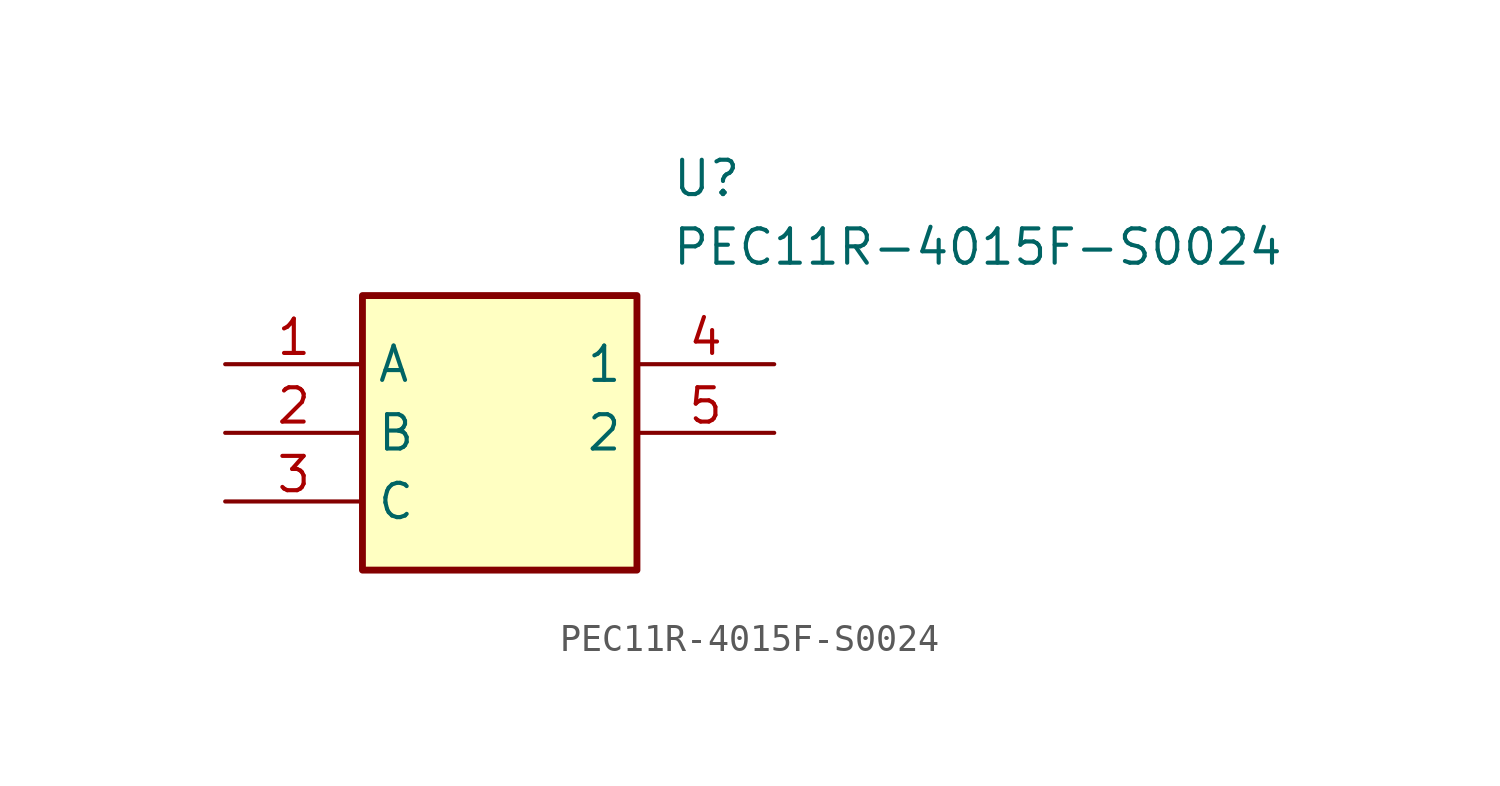
<source format=kicad_sym>
(kicad_symbol_lib
  (version 20211014)
  (generator SamacSys_ECAD_Model)
  (symbol "PEC11R-4015F-S0024"
    (property "Reference" "U"
      (at 16.51 7.62 0)
      (effects (font (size 1.27 1.27)) (justify left top)))
    (property "Value" "PEC11R-4015F-S0024"
      (at 16.51 5.08 0)
      (effects (font (size 1.27 1.27)) (justify left top)))
    (rectangle
      (start 5.08 2.54)
      (end 15.24 -7.62)
      (stroke (width 0.254) (type default))
      (fill (type background)))
    (pin passive line
      (at 0 0 0)
      (length 5.08)
      (name "A" (effects (font (size 1.27 1.27))))
      (number "1" (effects (font (size 1.27 1.27)))))
    (pin passive line
      (at 0 -2.54 0)
      (length 5.08)
      (name "B" (effects (font (size 1.27 1.27))))
      (number "2" (effects (font (size 1.27 1.27)))))
    (pin passive line
      (at 0 -5.08 0)
      (length 5.08)
      (name "C" (effects (font (size 1.27 1.27))))
      (number "3" (effects (font (size 1.27 1.27)))))
    (pin passive line
      (at 20.32 0 180)
      (length 5.08)
      (name "1" (effects (font (size 1.27 1.27))))
      (number "4" (effects (font (size 1.27 1.27)))))
    (pin passive line
      (at 20.32 -2.54 180)
      (length 5.08)
      (name "2" (effects (font (size 1.27 1.27))))
      (number "5" (effects (font (size 1.27 1.27)))))))
</source>
